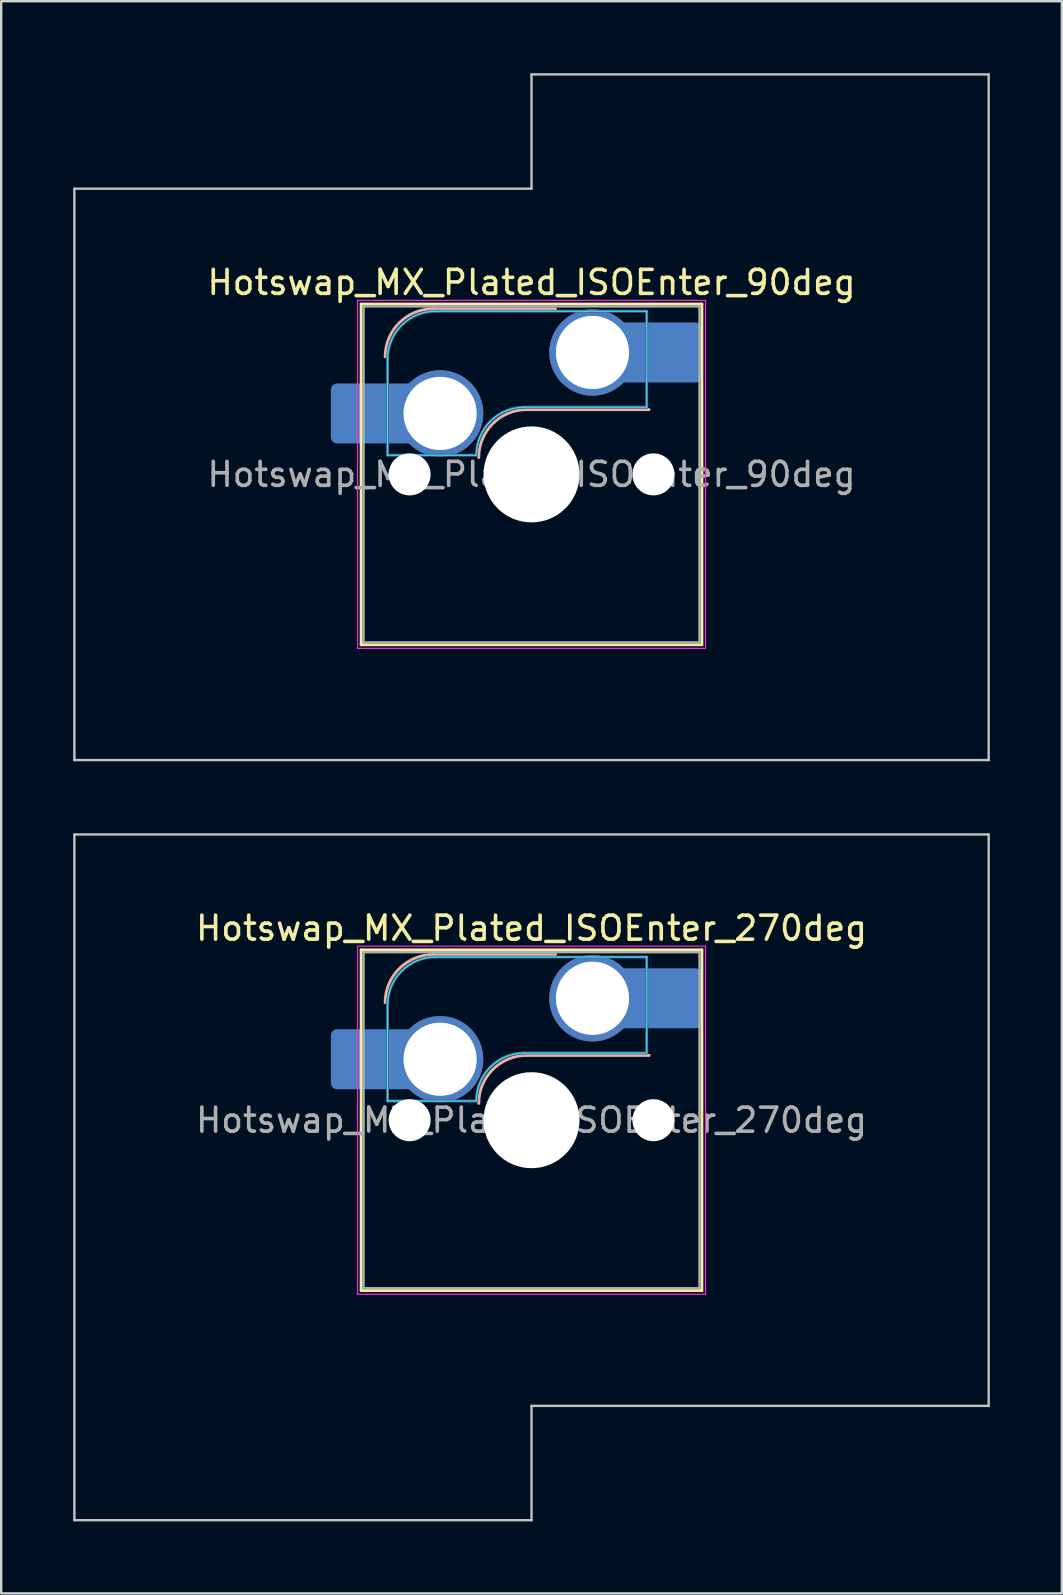
<source format=kicad_pcb>
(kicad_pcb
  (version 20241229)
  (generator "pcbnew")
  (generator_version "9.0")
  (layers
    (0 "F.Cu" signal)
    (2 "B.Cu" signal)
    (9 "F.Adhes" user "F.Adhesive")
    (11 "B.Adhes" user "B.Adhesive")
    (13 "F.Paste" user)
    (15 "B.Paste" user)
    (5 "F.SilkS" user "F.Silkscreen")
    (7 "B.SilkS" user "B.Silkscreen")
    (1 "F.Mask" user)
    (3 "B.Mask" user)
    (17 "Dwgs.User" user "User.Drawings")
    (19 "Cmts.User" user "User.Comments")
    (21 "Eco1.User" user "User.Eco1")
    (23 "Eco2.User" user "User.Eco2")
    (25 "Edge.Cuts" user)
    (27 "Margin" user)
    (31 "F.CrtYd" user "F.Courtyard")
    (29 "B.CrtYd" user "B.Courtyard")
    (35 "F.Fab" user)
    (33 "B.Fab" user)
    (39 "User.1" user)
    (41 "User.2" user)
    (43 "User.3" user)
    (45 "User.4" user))
  (footprint "Hotswap_MX_Plated_ISOEnter_270deg"
    (layer "F.Cu")
    (at 19.1 43.631)
    (property "Reference" "Hotswap_MX_Plated_ISOEnter_270deg" (at 0 -8 0) (layer "F.SilkS") (effects (font (size 1 1) (thickness 0.15))))
    (attr smd)
    (fp_line (start -7.1 -7.1) (end -7.1 7.1) (stroke (width 0.12) (type solid)) (layer "F.SilkS"))
    (fp_line (start -7.1 7.1) (end 7.1 7.1) (stroke (width 0.12) (type solid)) (layer "F.SilkS"))
    (fp_line (start 7.1 -7.1) (end -7.1 -7.1) (stroke (width 0.12) (type solid)) (layer "F.SilkS"))
    (fp_line (start 7.1 7.1) (end 7.1 -7.1) (stroke (width 0.12) (type solid)) (layer "F.SilkS"))
    (fp_line (start -4.1 -6.9) (end 1 -6.9) (stroke (width 0.12) (type solid)) (layer "B.SilkS"))
    (fp_line (start -0.2 -2.7) (end 4.9 -2.7) (stroke (width 0.12) (type solid)) (layer "B.SilkS"))
    (fp_arc (start -6.1 -4.9) (mid -5.514214 -6.314214) (end -4.1 -6.9) (stroke (width 0.12) (type solid)) (layer "B.SilkS"))
    (fp_arc (start -2.2 -0.7) (mid -1.614214 -2.114214) (end -0.2 -2.7) (stroke (width 0.12) (type solid)) (layer "B.SilkS"))
    (fp_line (start -19.05 -11.906) (end -19.05 16.669) (stroke (width 0.1) (type solid)) (layer "Dwgs.User"))
    (fp_line (start -19.05 16.669) (end 0 16.669) (stroke (width 0.1) (type solid)) (layer "Dwgs.User"))
    (fp_line (start 0 11.906) (end 19.05 11.906) (stroke (width 0.1) (type solid)) (layer "Dwgs.User"))
    (fp_line (start 0 16.669) (end 0 11.906) (stroke (width 0.1) (type solid)) (layer "Dwgs.User"))
    (fp_line (start 19.05 -11.906) (end -19.05 -11.906) (stroke (width 0.1) (type solid)) (layer "Dwgs.User"))
    (fp_line (start 19.05 11.906) (end 19.05 -11.906) (stroke (width 0.1) (type solid)) (layer "Dwgs.User"))
    (fp_line (start -7.8 -6) (end -7 -6) (stroke (width 0.1) (type solid)) (layer "Eco1.User"))
    (fp_line (start -7.8 -2.9) (end -7.8 -6) (stroke (width 0.1) (type solid)) (layer "Eco1.User"))
    (fp_line (start -7.8 2.9) (end -7 2.9) (stroke (width 0.1) (type solid)) (layer "Eco1.User"))
    (fp_line (start -7.8 6) (end -7.8 2.9) (stroke (width 0.1) (type solid)) (layer "Eco1.User"))
    (fp_line (start -7 -7) (end 7 -7) (stroke (width 0.1) (type solid)) (layer "Eco1.User"))
    (fp_line (start -7 -6) (end -7 -7) (stroke (width 0.1) (type solid)) (layer "Eco1.User"))
    (fp_line (start -7 -2.9) (end -7.8 -2.9) (stroke (width 0.1) (type solid)) (layer "Eco1.User"))
    (fp_line (start -7 2.9) (end -7 -2.9) (stroke (width 0.1) (type solid)) (layer "Eco1.User"))
    (fp_line (start -7 6) (end -7.8 6) (stroke (width 0.1) (type solid)) (layer "Eco1.User"))
    (fp_line (start -7 7) (end -7 6) (stroke (width 0.1) (type solid)) (layer "Eco1.User"))
    (fp_line (start 7 -7) (end 7 -6) (stroke (width 0.1) (type solid)) (layer "Eco1.User"))
    (fp_line (start 7 -6) (end 7.8 -6) (stroke (width 0.1) (type solid)) (layer "Eco1.User"))
    (fp_line (start 7 -2.9) (end 7 2.9) (stroke (width 0.1) (type solid)) (layer "Eco1.User"))
    (fp_line (start 7 2.9) (end 7.8 2.9) (stroke (width 0.1) (type solid)) (layer "Eco1.User"))
    (fp_line (start 7 6) (end 7 7) (stroke (width 0.1) (type solid)) (layer "Eco1.User"))
    (fp_line (start 7 7) (end -7 7) (stroke (width 0.1) (type solid)) (layer "Eco1.User"))
    (fp_line (start 7.8 -6) (end 7.8 -2.9) (stroke (width 0.1) (type solid)) (layer "Eco1.User"))
    (fp_line (start 7.8 -2.9) (end 7 -2.9) (stroke (width 0.1) (type solid)) (layer "Eco1.User"))
    (fp_line (start 7.8 2.9) (end 7.8 6) (stroke (width 0.1) (type solid)) (layer "Eco1.User"))
    (fp_line (start 7.8 6) (end 7 6) (stroke (width 0.1) (type solid)) (layer "Eco1.User"))
    (fp_line (start -6 -0.8) (end -6 -4.8) (stroke (width 0.05) (type solid)) (layer "B.CrtYd"))
    (fp_line (start -6 -0.8) (end -2.3 -0.8) (stroke (width 0.05) (type solid)) (layer "B.CrtYd"))
    (fp_line (start -4 -6.8) (end 4.8 -6.8) (stroke (width 0.05) (type solid)) (layer "B.CrtYd"))
    (fp_line (start -0.3 -2.8) (end 4.8 -2.8) (stroke (width 0.05) (type solid)) (layer "B.CrtYd"))
    (fp_line (start 4.8 -6.8) (end 4.8 -2.8) (stroke (width 0.05) (type solid)) (layer "B.CrtYd"))
    (fp_arc (start -6 -4.8) (mid -5.414214 -6.214214) (end -4 -6.8) (stroke (width 0.05) (type solid)) (layer "B.CrtYd"))
    (fp_arc (start -2.3 -0.8) (mid -1.714214 -2.214214) (end -0.3 -2.8) (stroke (width 0.05) (type solid)) (layer "B.CrtYd"))
    (fp_line (start -7.25 -7.25) (end -7.25 7.25) (stroke (width 0.05) (type solid)) (layer "F.CrtYd"))
    (fp_line (start -7.25 7.25) (end 7.25 7.25) (stroke (width 0.05) (type solid)) (layer "F.CrtYd"))
    (fp_line (start 7.25 -7.25) (end -7.25 -7.25) (stroke (width 0.05) (type solid)) (layer "F.CrtYd"))
    (fp_line (start 7.25 7.25) (end 7.25 -7.25) (stroke (width 0.05) (type solid)) (layer "F.CrtYd"))
    (fp_line (start -6 -0.8) (end -6 -4.8) (stroke (width 0.12) (type solid)) (layer "B.Fab"))
    (fp_line (start -6 -0.8) (end -2.3 -0.8) (stroke (width 0.12) (type solid)) (layer "B.Fab"))
    (fp_line (start -4 -6.8) (end 4.8 -6.8) (stroke (width 0.12) (type solid)) (layer "B.Fab"))
    (fp_line (start -0.3 -2.8) (end 4.8 -2.8) (stroke (width 0.12) (type solid)) (layer "B.Fab"))
    (fp_line (start 4.8 -6.8) (end 4.8 -2.8) (stroke (width 0.12) (type solid)) (layer "B.Fab"))
    (fp_arc (start -6 -4.8) (mid -5.414214 -6.214214) (end -4 -6.8) (stroke (width 0.12) (type solid)) (layer "B.Fab"))
    (fp_arc (start -2.3 -0.8) (mid -1.714214 -2.214214) (end -0.3 -2.8) (stroke (width 0.12) (type solid)) (layer "B.Fab"))
    (fp_line (start -7 -7) (end -7 7) (stroke (width 0.1) (type solid)) (layer "F.Fab"))
    (fp_line (start -7 7) (end 7 7) (stroke (width 0.1) (type solid)) (layer "F.Fab"))
    (fp_line (start 7 -7) (end -7 -7) (stroke (width 0.1) (type solid)) (layer "F.Fab"))
    (fp_line (start 7 7) (end 7 -7) (stroke (width 0.1) (type solid)) (layer "F.Fab"))
    (fp_text user "${REFERENCE}" (at 0 0 0) (layer "F.Fab") (effects (font (size 1 1) (thickness 0.15))))
    (pad "" smd roundrect (at -7.085 -2.54) (size 2.55 2.5) (layers "B.Mask" "B.Paste") (roundrect_rratio 0.1))
    (pad "" np_thru_hole circle (at -5.08 0) (size 1.75 1.75) (drill 1.75) (layers "*.Cu" "*.Mask"))
    (pad "" np_thru_hole circle (at 0 0) (size 4 4) (drill 4) (layers "*.Cu" "*.Mask"))
    (pad "" np_thru_hole circle (at 5.08 0) (size 1.75 1.75) (drill 1.75) (layers "*.Cu" "*.Mask"))
    (pad "" smd roundrect (at 5.842 -5.08) (size 2.55 2.5) (layers "B.Mask" "B.Paste") (roundrect_rratio 0.1))
    (pad "1" smd roundrect (at -6.585 -2.54) (size 3.55 2.5) (layers "B.Cu") (roundrect_rratio 0.1))
    (pad "1" thru_hole circle (at -3.81 -2.54) (size 3.6 3.6) (drill 3.05) (layers "*.Cu" "*.Mask"))
    (pad "2" thru_hole circle (at 2.54 -5.08) (size 3.6 3.6) (drill 3.05) (layers "*.Cu" "*.Mask"))
    (pad "2" smd roundrect (at 5.32 -5.08) (size 3.55 2.5) (layers "B.Cu") (roundrect_rratio 0.1)))
  (footprint "Hotswap_MX_Plated_ISOEnter_90deg"
    (layer "F.Cu")
    (at 19.1 16.719)
    (property "Reference" "Hotswap_MX_Plated_ISOEnter_90deg" (at 0 -8 0) (layer "F.SilkS") (effects (font (size 1 1) (thickness 0.15))))
    (attr smd)
    (fp_line (start -7.1 -7.1) (end -7.1 7.1) (stroke (width 0.12) (type solid)) (layer "F.SilkS"))
    (fp_line (start -7.1 7.1) (end 7.1 7.1) (stroke (width 0.12) (type solid)) (layer "F.SilkS"))
    (fp_line (start 7.1 -7.1) (end -7.1 -7.1) (stroke (width 0.12) (type solid)) (layer "F.SilkS"))
    (fp_line (start 7.1 7.1) (end 7.1 -7.1) (stroke (width 0.12) (type solid)) (layer "F.SilkS"))
    (fp_line (start -4.1 -6.9) (end 1 -6.9) (stroke (width 0.12) (type solid)) (layer "B.SilkS"))
    (fp_line (start -0.2 -2.7) (end 4.9 -2.7) (stroke (width 0.12) (type solid)) (layer "B.SilkS"))
    (fp_arc (start -6.1 -4.9) (mid -5.514214 -6.314214) (end -4.1 -6.9) (stroke (width 0.12) (type solid)) (layer "B.SilkS"))
    (fp_arc (start -2.2 -0.7) (mid -1.614214 -2.114214) (end -0.2 -2.7) (stroke (width 0.12) (type solid)) (layer "B.SilkS"))
    (fp_line (start -19.05 -11.906) (end -19.05 11.906) (stroke (width 0.1) (type solid)) (layer "Dwgs.User"))
    (fp_line (start -19.05 11.906) (end 19.05 11.906) (stroke (width 0.1) (type solid)) (layer "Dwgs.User"))
    (fp_line (start 0 -16.669) (end 0 -11.906) (stroke (width 0.1) (type solid)) (layer "Dwgs.User"))
    (fp_line (start 0 -11.906) (end -19.05 -11.906) (stroke (width 0.1) (type solid)) (layer "Dwgs.User"))
    (fp_line (start 19.05 -16.669) (end 0 -16.669) (stroke (width 0.1) (type solid)) (layer "Dwgs.User"))
    (fp_line (start 19.05 11.906) (end 19.05 -16.669) (stroke (width 0.1) (type solid)) (layer "Dwgs.User"))
    (fp_line (start -7.8 -6) (end -7 -6) (stroke (width 0.1) (type solid)) (layer "Eco1.User"))
    (fp_line (start -7.8 -2.9) (end -7.8 -6) (stroke (width 0.1) (type solid)) (layer "Eco1.User"))
    (fp_line (start -7.8 2.9) (end -7 2.9) (stroke (width 0.1) (type solid)) (layer "Eco1.User"))
    (fp_line (start -7.8 6) (end -7.8 2.9) (stroke (width 0.1) (type solid)) (layer "Eco1.User"))
    (fp_line (start -7 -7) (end 7 -7) (stroke (width 0.1) (type solid)) (layer "Eco1.User"))
    (fp_line (start -7 -6) (end -7 -7) (stroke (width 0.1) (type solid)) (layer "Eco1.User"))
    (fp_line (start -7 -2.9) (end -7.8 -2.9) (stroke (width 0.1) (type solid)) (layer "Eco1.User"))
    (fp_line (start -7 2.9) (end -7 -2.9) (stroke (width 0.1) (type solid)) (layer "Eco1.User"))
    (fp_line (start -7 6) (end -7.8 6) (stroke (width 0.1) (type solid)) (layer "Eco1.User"))
    (fp_line (start -7 7) (end -7 6) (stroke (width 0.1) (type solid)) (layer "Eco1.User"))
    (fp_line (start 7 -7) (end 7 -6) (stroke (width 0.1) (type solid)) (layer "Eco1.User"))
    (fp_line (start 7 -6) (end 7.8 -6) (stroke (width 0.1) (type solid)) (layer "Eco1.User"))
    (fp_line (start 7 -2.9) (end 7 2.9) (stroke (width 0.1) (type solid)) (layer "Eco1.User"))
    (fp_line (start 7 2.9) (end 7.8 2.9) (stroke (width 0.1) (type solid)) (layer "Eco1.User"))
    (fp_line (start 7 6) (end 7 7) (stroke (width 0.1) (type solid)) (layer "Eco1.User"))
    (fp_line (start 7 7) (end -7 7) (stroke (width 0.1) (type solid)) (layer "Eco1.User"))
    (fp_line (start 7.8 -6) (end 7.8 -2.9) (stroke (width 0.1) (type solid)) (layer "Eco1.User"))
    (fp_line (start 7.8 -2.9) (end 7 -2.9) (stroke (width 0.1) (type solid)) (layer "Eco1.User"))
    (fp_line (start 7.8 2.9) (end 7.8 6) (stroke (width 0.1) (type solid)) (layer "Eco1.User"))
    (fp_line (start 7.8 6) (end 7 6) (stroke (width 0.1) (type solid)) (layer "Eco1.User"))
    (fp_line (start -6 -0.8) (end -6 -4.8) (stroke (width 0.05) (type solid)) (layer "B.CrtYd"))
    (fp_line (start -6 -0.8) (end -2.3 -0.8) (stroke (width 0.05) (type solid)) (layer "B.CrtYd"))
    (fp_line (start -4 -6.8) (end 4.8 -6.8) (stroke (width 0.05) (type solid)) (layer "B.CrtYd"))
    (fp_line (start -0.3 -2.8) (end 4.8 -2.8) (stroke (width 0.05) (type solid)) (layer "B.CrtYd"))
    (fp_line (start 4.8 -6.8) (end 4.8 -2.8) (stroke (width 0.05) (type solid)) (layer "B.CrtYd"))
    (fp_arc (start -6 -4.8) (mid -5.414214 -6.214214) (end -4 -6.8) (stroke (width 0.05) (type solid)) (layer "B.CrtYd"))
    (fp_arc (start -2.3 -0.8) (mid -1.714214 -2.214214) (end -0.3 -2.8) (stroke (width 0.05) (type solid)) (layer "B.CrtYd"))
    (fp_line (start -7.25 -7.25) (end -7.25 7.25) (stroke (width 0.05) (type solid)) (layer "F.CrtYd"))
    (fp_line (start -7.25 7.25) (end 7.25 7.25) (stroke (width 0.05) (type solid)) (layer "F.CrtYd"))
    (fp_line (start 7.25 -7.25) (end -7.25 -7.25) (stroke (width 0.05) (type solid)) (layer "F.CrtYd"))
    (fp_line (start 7.25 7.25) (end 7.25 -7.25) (stroke (width 0.05) (type solid)) (layer "F.CrtYd"))
    (fp_line (start -6 -0.8) (end -6 -4.8) (stroke (width 0.12) (type solid)) (layer "B.Fab"))
    (fp_line (start -6 -0.8) (end -2.3 -0.8) (stroke (width 0.12) (type solid)) (layer "B.Fab"))
    (fp_line (start -4 -6.8) (end 4.8 -6.8) (stroke (width 0.12) (type solid)) (layer "B.Fab"))
    (fp_line (start -0.3 -2.8) (end 4.8 -2.8) (stroke (width 0.12) (type solid)) (layer "B.Fab"))
    (fp_line (start 4.8 -6.8) (end 4.8 -2.8) (stroke (width 0.12) (type solid)) (layer "B.Fab"))
    (fp_arc (start -6 -4.8) (mid -5.414214 -6.214214) (end -4 -6.8) (stroke (width 0.12) (type solid)) (layer "B.Fab"))
    (fp_arc (start -2.3 -0.8) (mid -1.714214 -2.214214) (end -0.3 -2.8) (stroke (width 0.12) (type solid)) (layer "B.Fab"))
    (fp_line (start -7 -7) (end -7 7) (stroke (width 0.1) (type solid)) (layer "F.Fab"))
    (fp_line (start -7 7) (end 7 7) (stroke (width 0.1) (type solid)) (layer "F.Fab"))
    (fp_line (start 7 -7) (end -7 -7) (stroke (width 0.1) (type solid)) (layer "F.Fab"))
    (fp_line (start 7 7) (end 7 -7) (stroke (width 0.1) (type solid)) (layer "F.Fab"))
    (fp_text user "${REFERENCE}" (at 0 0 0) (layer "F.Fab") (effects (font (size 1 1) (thickness 0.15))))
    (pad "" smd roundrect (at -7.085 -2.54) (size 2.55 2.5) (layers "B.Mask" "B.Paste") (roundrect_rratio 0.1))
    (pad "" np_thru_hole circle (at -5.08 0) (size 1.75 1.75) (drill 1.75) (layers "*.Cu" "*.Mask"))
    (pad "" np_thru_hole circle (at 0 0) (size 4 4) (drill 4) (layers "*.Cu" "*.Mask"))
    (pad "" np_thru_hole circle (at 5.08 0) (size 1.75 1.75) (drill 1.75) (layers "*.Cu" "*.Mask"))
    (pad "" smd roundrect (at 5.842 -5.08) (size 2.55 2.5) (layers "B.Mask" "B.Paste") (roundrect_rratio 0.1))
    (pad "1" smd roundrect (at -6.585 -2.54) (size 3.55 2.5) (layers "B.Cu") (roundrect_rratio 0.1))
    (pad "1" thru_hole circle (at -3.81 -2.54) (size 3.6 3.6) (drill 3.05) (layers "*.Cu" "*.Mask"))
    (pad "2" thru_hole circle (at 2.54 -5.08) (size 3.6 3.6) (drill 3.05) (layers "*.Cu" "*.Mask"))
    (pad "2" smd roundrect (at 5.32 -5.08) (size 3.55 2.5) (layers "B.Cu") (roundrect_rratio 0.1)))
  (gr_rect
    (start -3 -3)
    (end 41.2 63.35)
    (stroke (width 0.1) (type default))
    (fill no)
    (layer "Edge.Cuts")))
</source>
